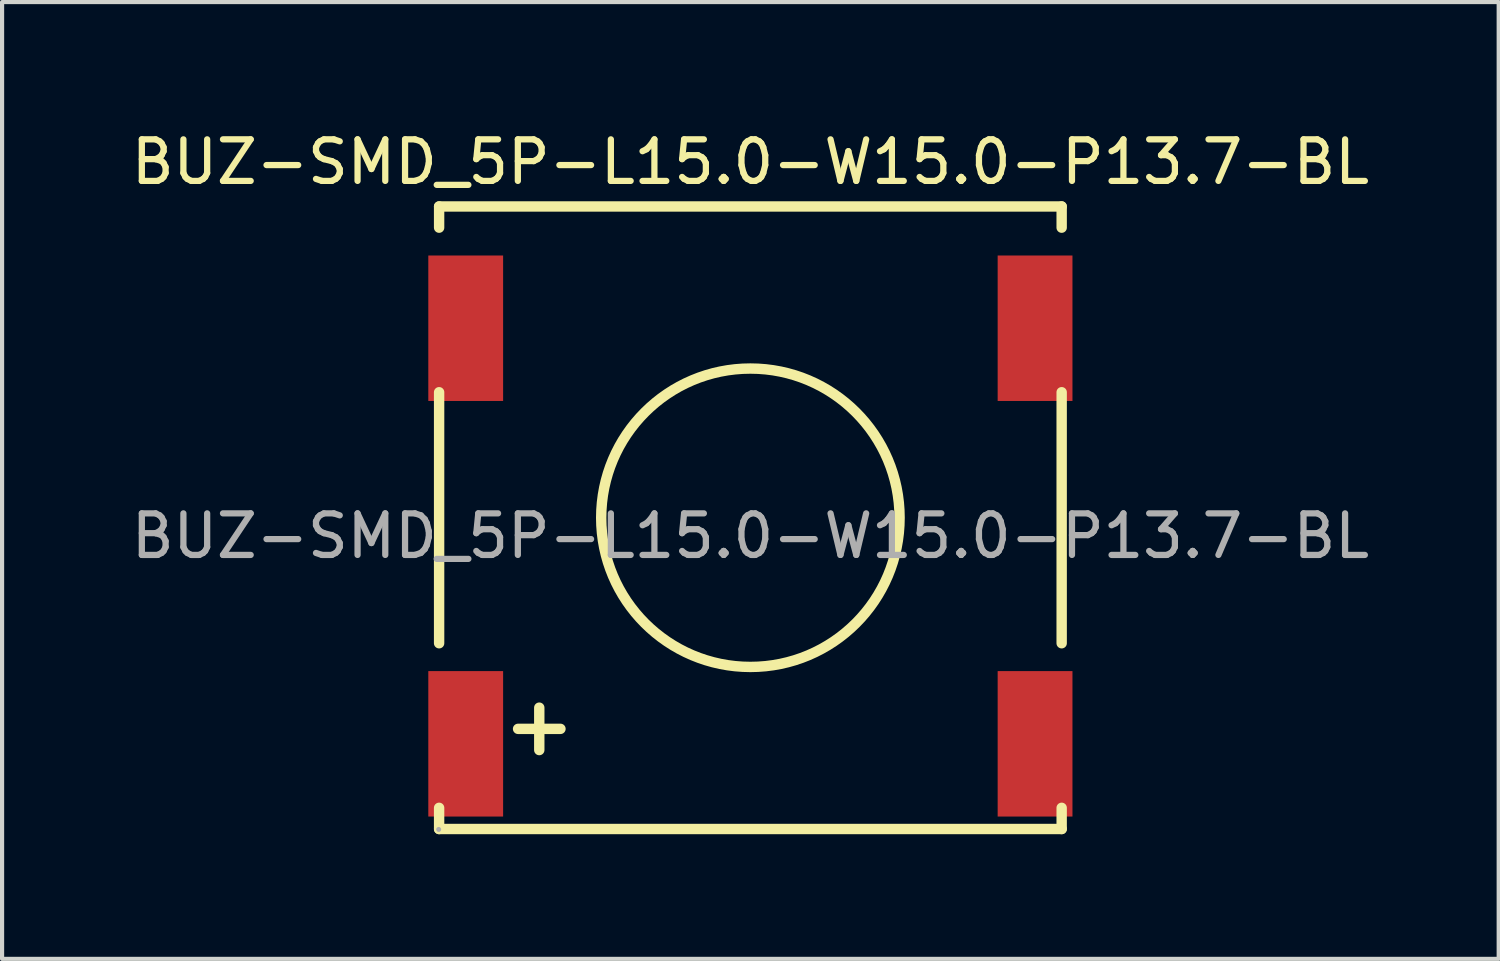
<source format=kicad_pcb>
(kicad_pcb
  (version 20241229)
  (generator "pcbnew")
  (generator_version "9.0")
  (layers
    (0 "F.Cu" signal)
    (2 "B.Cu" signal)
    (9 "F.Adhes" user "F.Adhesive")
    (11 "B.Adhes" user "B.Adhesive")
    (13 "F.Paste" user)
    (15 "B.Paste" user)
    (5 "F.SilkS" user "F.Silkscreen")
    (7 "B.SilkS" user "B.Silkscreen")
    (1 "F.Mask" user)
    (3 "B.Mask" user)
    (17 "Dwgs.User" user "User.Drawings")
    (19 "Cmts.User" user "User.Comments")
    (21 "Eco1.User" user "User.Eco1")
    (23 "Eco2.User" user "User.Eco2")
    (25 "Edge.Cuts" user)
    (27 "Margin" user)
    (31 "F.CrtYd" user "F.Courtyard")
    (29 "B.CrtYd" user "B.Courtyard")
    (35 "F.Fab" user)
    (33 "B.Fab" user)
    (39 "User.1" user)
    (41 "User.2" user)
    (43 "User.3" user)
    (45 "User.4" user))
  (footprint "BUZ-SMD_5P-L15.0-W15.0-P13.7-BL"
    (layer "F.Cu")
    (at 15.006 9.848)
    (property "Reference" "BUZ-SMD_5P-L15.0-W15.0-P13.7-BL" (at 0 -9 0) (layer "F.SilkS") (effects (font (size 1 1) (thickness 0.15))))
    (attr smd)
    (fp_line (start -7.49 -7.93) (end 7.49 -7.93) (stroke (width 0.25) (type solid)) (layer "F.SilkS"))
    (fp_line (start -7.49 -7.42) (end -7.49 -7.93) (stroke (width 0.25) (type solid)) (layer "F.SilkS"))
    (fp_line (start -7.49 2.58) (end -7.49 -3.46) (stroke (width 0.25) (type solid)) (layer "F.SilkS"))
    (fp_line (start -7.49 7.05) (end -7.49 6.54) (stroke (width 0.25) (type solid)) (layer "F.SilkS"))
    (fp_line (start -5.59 4.64) (end -4.57 4.64) (stroke (width 0.25) (type solid)) (layer "F.SilkS"))
    (fp_line (start -5.08 4.13) (end -5.08 5.15) (stroke (width 0.25) (type solid)) (layer "F.SilkS"))
    (fp_line (start 7.49 -7.93) (end 7.49 -7.42) (stroke (width 0.25) (type solid)) (layer "F.SilkS"))
    (fp_line (start 7.49 -3.46) (end 7.49 2.58) (stroke (width 0.25) (type solid)) (layer "F.SilkS"))
    (fp_line (start 7.49 6.54) (end 7.49 7.05) (stroke (width 0.25) (type solid)) (layer "F.SilkS"))
    (fp_line (start 7.49 7.05) (end -7.49 7.05) (stroke (width 0.25) (type solid)) (layer "F.SilkS"))
    (fp_circle (center 0 -0.44) (end 3.59 -0.44) (stroke (width 0.25) (type solid)) (fill no) (layer "F.SilkS"))
    (fp_circle (center -7.5 7.06) (end -7.47 7.06) (stroke (width 0.06) (type solid)) (fill no) (layer "F.Fab"))
    (fp_text user "${REFERENCE}" (at 0 0 0) (layer "F.Fab") (effects (font (size 1 1) (thickness 0.15))))
    (pad "1" smd rect (at -6.85 5) (size 1.8 3.5) (layers "F.Cu" "F.Mask" "F.Paste"))
    (pad "2" smd rect (at 6.85 5) (size 1.8 3.5) (layers "F.Cu" "F.Mask" "F.Paste"))
    (pad "3" smd rect (at 6.85 -5) (size 1.8 3.5) (layers "F.Cu" "F.Mask" "F.Paste"))
    (pad "4" smd rect (at -6.85 -5) (size 1.8 3.5) (layers "F.Cu" "F.Mask" "F.Paste")))
  (gr_rect
    (start -3 -3)
    (end 33.012 20.023)
    (stroke (width 0.1) (type default))
    (fill no)
    (layer "Edge.Cuts")))
</source>
